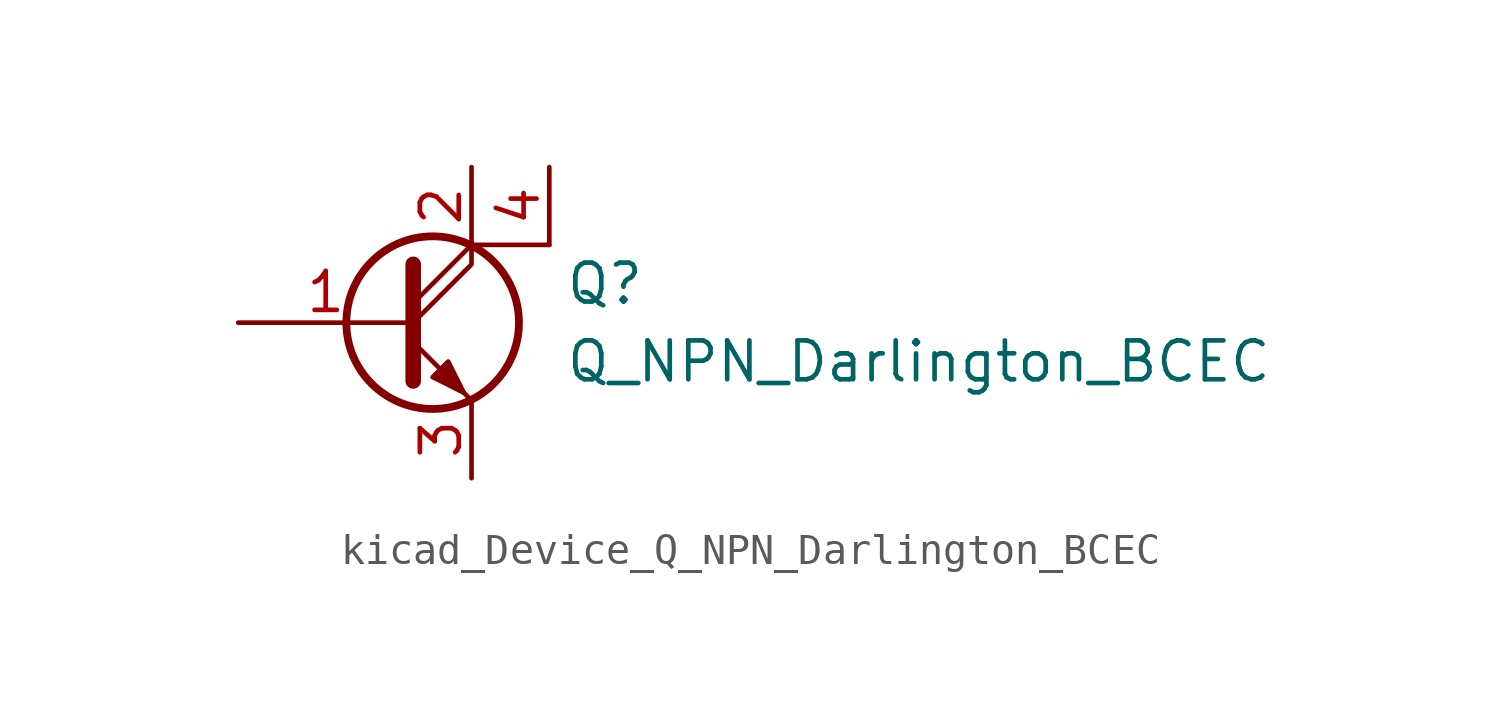
<source format=kicad_sym>
(kicad_symbol_lib
  (version 20220914)
  (generator kicad_symbol_editor)
  (symbol "kicad_Device_Q_NPN_Darlington_BCEC"
    (pin_names
      (offset 0) hide)
    (property "Reference" "Q"
      (at 5.588 1.27 0)
      (effects (font (size 1.27 1.27)) (justify left)))
    (property "Value" "Q_NPN_Darlington_BCEC"
      (at 5.588 -1.27 0)
      (effects (font (size 1.27 1.27)) (justify left)))
    (symbol "kicad_Device_Q_NPN_Darlington_BCEC_0_1"
      (polyline (pts (xy 0.635 0.635) (xy 2.54 2.54)) (stroke (width 0) (type default)) (fill (type none)))
      (polyline (pts (xy 5.08 2.54) (xy 2.54 2.54)) (stroke (width 0) (type default)) (fill (type none)))
      (polyline (pts (xy 0.635 -0.635) (xy 2.54 -2.54) (xy 2.54 -2.54)) (stroke (width 0) (type default)) (fill (type none)))
      (polyline (pts (xy 0.635 0) (xy 2.54 1.905) (xy 2.54 2.54)) (stroke (width 0) (type default)) (fill (type none)))
      (polyline (pts (xy 0.635 1.905) (xy 0.635 -1.905) (xy 0.635 -1.905)) (stroke (width 0.508) (type default)) (fill (type none)))
      (polyline (pts (xy 1.27 -1.778) (xy 1.778 -1.27) (xy 2.286 -2.286) (xy 1.27 -1.778) (xy 1.27 -1.778)) (stroke (width 0) (type default)) (fill (type outline)))
      (circle (center 1.27 0) (radius 2.819) (stroke (width 0.254) (type default)) (fill (type none))))
    (symbol "kicad_Device_Q_NPN_Darlington_BCEC_1_1"
      (pin input line (at -5.08 0 0) (length 5.715) (name "B" (effects (font (size 1.27 1.27)))) (number "1" (effects (font (size 1.27 1.27)))))
      (pin passive line (at 2.54 5.08 270) (length 2.54) (name "C" (effects (font (size 1.27 1.27)))) (number "2" (effects (font (size 1.27 1.27)))))
      (pin passive line (at 2.54 -5.08 90) (length 2.54) (name "E" (effects (font (size 1.27 1.27)))) (number "3" (effects (font (size 1.27 1.27)))))
      (pin input line (at 5.08 5.08 270) (length 2.54) (name "C2" (effects (font (size 1.27 1.27)))) (number "4" (effects (font (size 1.27 1.27))))))))
</source>
